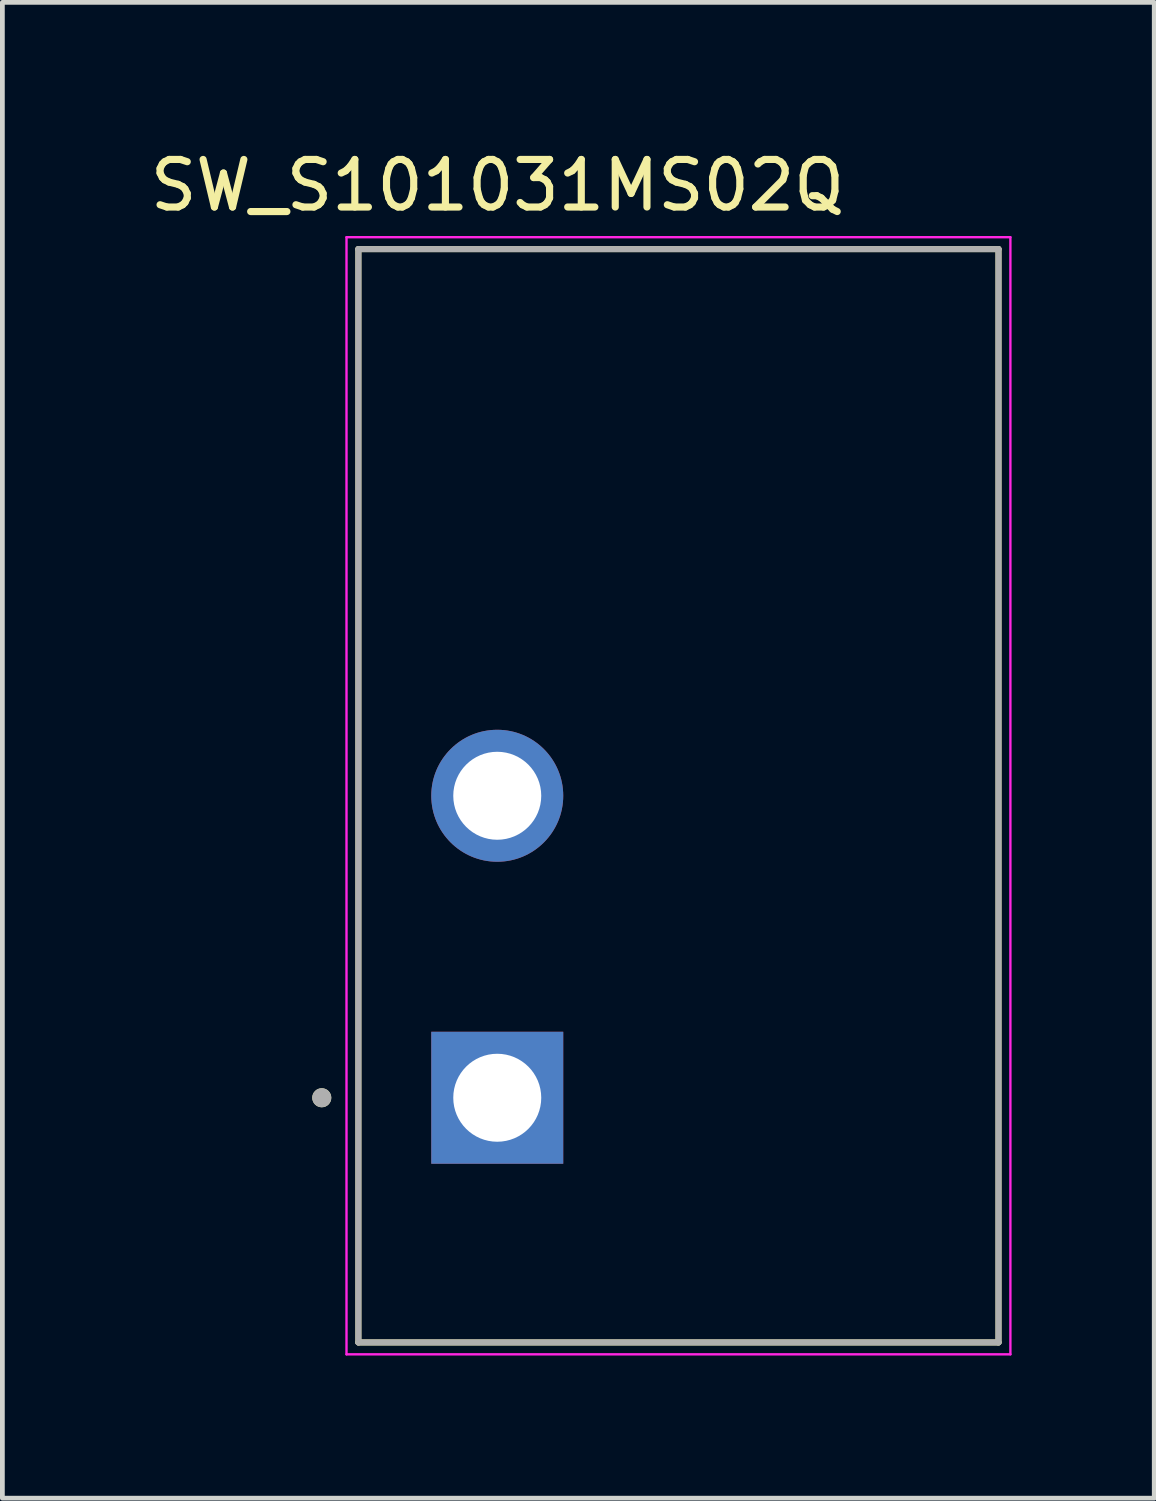
<source format=kicad_pcb>
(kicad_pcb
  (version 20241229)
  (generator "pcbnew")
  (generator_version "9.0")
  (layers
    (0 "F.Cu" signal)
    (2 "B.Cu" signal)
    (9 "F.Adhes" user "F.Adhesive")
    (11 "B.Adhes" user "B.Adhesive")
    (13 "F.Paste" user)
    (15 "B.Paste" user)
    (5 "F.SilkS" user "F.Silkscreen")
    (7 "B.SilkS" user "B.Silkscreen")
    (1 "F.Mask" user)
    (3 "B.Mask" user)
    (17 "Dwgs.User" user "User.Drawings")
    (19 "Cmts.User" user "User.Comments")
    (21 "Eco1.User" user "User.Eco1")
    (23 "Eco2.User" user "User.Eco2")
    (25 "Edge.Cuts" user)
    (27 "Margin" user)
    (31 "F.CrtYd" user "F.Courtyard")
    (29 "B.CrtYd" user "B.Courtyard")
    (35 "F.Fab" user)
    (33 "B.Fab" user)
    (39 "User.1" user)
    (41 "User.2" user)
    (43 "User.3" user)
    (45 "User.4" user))
  (footprint "SW_S101031MS02Q"
    (layer "F.Cu")
    (at 11.216 13.683)
    (property "Reference" "SW_S101031MS02Q" (at -3.805 -12.835 0) (layer "F.SilkS") (effects (font (size 1 1) (thickness 0.15))))
    (attr through_hole)
    (fp_line (start -6.73 -11.495) (end 6.73 -11.495) (stroke (width 0.127) (type solid)) (layer "F.SilkS"))
    (fp_line (start -6.73 11.495) (end -6.73 -11.495) (stroke (width 0.127) (type solid)) (layer "F.SilkS"))
    (fp_line (start 6.73 -11.495) (end 6.73 11.495) (stroke (width 0.127) (type solid)) (layer "F.SilkS"))
    (fp_line (start 6.73 11.495) (end -6.73 11.495) (stroke (width 0.127) (type solid)) (layer "F.SilkS"))
    (fp_circle (center -7.5 6.35) (end -7.4 6.35) (stroke (width 0.2) (type solid)) (fill no) (layer "F.SilkS"))
    (fp_line (start -6.98 -11.745) (end -6.98 11.745) (stroke (width 0.05) (type solid)) (layer "F.CrtYd"))
    (fp_line (start -6.98 11.745) (end 6.98 11.745) (stroke (width 0.05) (type solid)) (layer "F.CrtYd"))
    (fp_line (start 6.98 -11.745) (end -6.98 -11.745) (stroke (width 0.05) (type solid)) (layer "F.CrtYd"))
    (fp_line (start 6.98 11.745) (end 6.98 -11.745) (stroke (width 0.05) (type solid)) (layer "F.CrtYd"))
    (fp_line (start -6.73 -11.495) (end 6.73 -11.495) (stroke (width 0.127) (type solid)) (layer "F.Fab"))
    (fp_line (start -6.73 11.495) (end -6.73 -11.495) (stroke (width 0.127) (type solid)) (layer "F.Fab"))
    (fp_line (start 6.73 -11.495) (end 6.73 11.495) (stroke (width 0.127) (type solid)) (layer "F.Fab"))
    (fp_line (start 6.73 11.495) (end -6.73 11.495) (stroke (width 0.127) (type solid)) (layer "F.Fab"))
    (fp_circle (center -7.5 6.35) (end -7.4 6.35) (stroke (width 0.2) (type solid)) (fill no) (layer "F.Fab"))
    (pad "1" thru_hole rect (at -3.81 6.35) (size 2.775 2.775) (drill 1.85) (layers "*.Cu" "*.Mask"))
    (pad "2" thru_hole circle (at -3.81 0) (size 2.775 2.775) (drill 1.85) (layers "*.Cu" "*.Mask")))
  (gr_rect
    (start -3 -3)
    (end 21.221 28.453)
    (stroke (width 0.1) (type default))
    (fill no)
    (layer "Edge.Cuts")))
</source>
